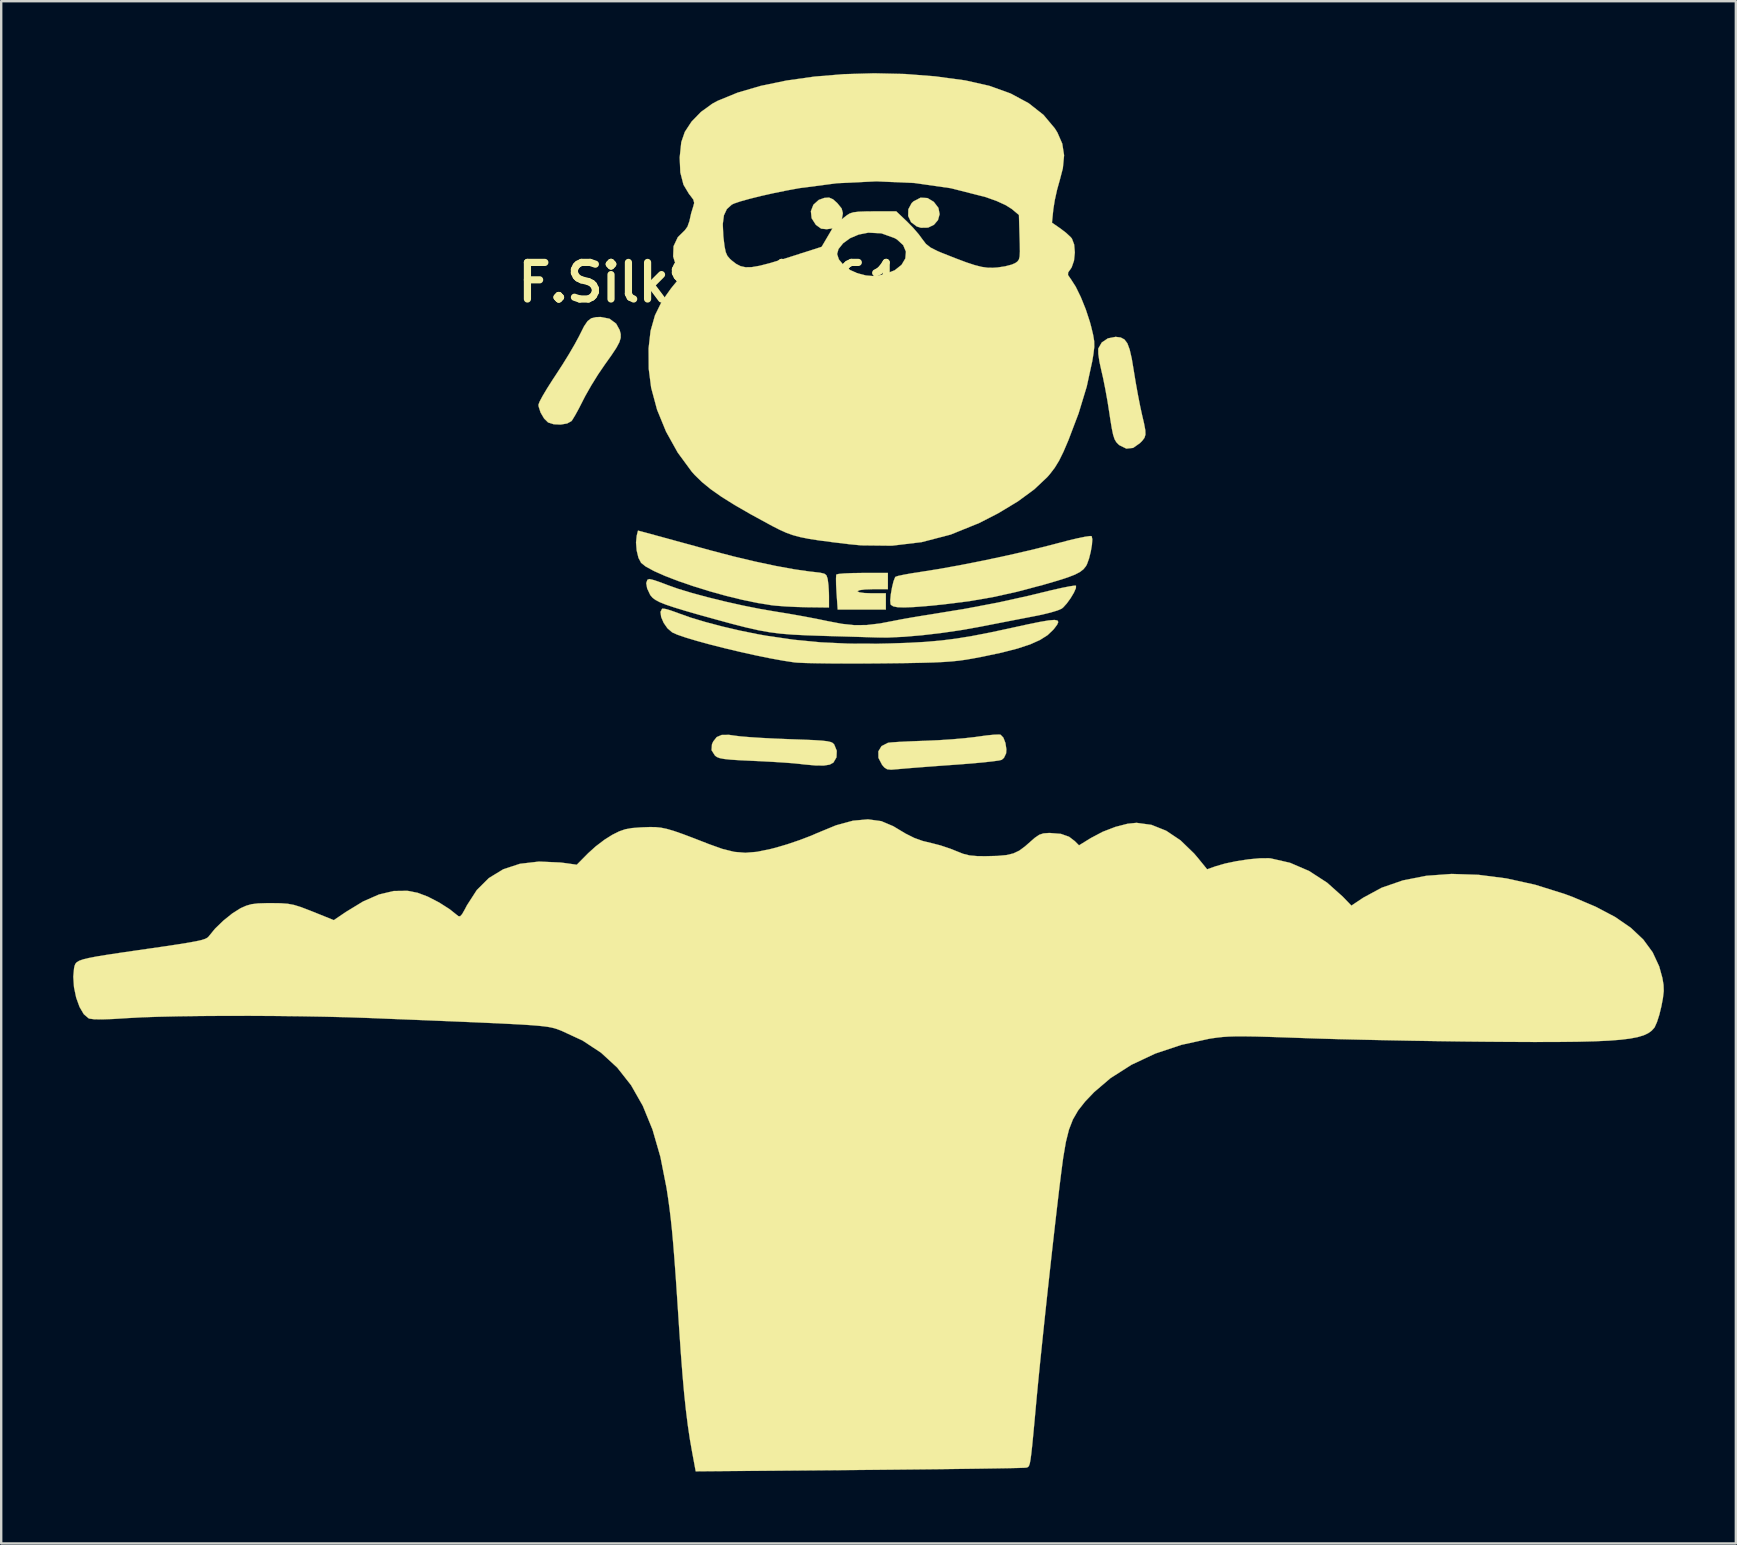
<source format=kicad_pcb>
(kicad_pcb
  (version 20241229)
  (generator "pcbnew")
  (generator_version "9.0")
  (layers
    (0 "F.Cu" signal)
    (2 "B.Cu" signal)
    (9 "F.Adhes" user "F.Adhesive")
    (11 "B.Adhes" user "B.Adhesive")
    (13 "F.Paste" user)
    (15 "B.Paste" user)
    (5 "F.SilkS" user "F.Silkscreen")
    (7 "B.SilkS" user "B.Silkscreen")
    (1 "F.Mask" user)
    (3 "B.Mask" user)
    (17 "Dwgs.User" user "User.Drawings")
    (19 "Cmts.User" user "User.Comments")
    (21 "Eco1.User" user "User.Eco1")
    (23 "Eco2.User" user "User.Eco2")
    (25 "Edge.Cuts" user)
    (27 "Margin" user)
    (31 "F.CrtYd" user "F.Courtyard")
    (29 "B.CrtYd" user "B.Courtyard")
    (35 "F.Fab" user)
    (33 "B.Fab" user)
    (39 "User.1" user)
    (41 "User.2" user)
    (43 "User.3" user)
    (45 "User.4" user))
  (footprint "F.SilkS_g1961"
    (layer "F.Cu")
    (at 26.587 8.721)
    (property "Reference" "F.SilkS_g1961" (at 0 0 0) (layer "F.SilkS") (effects (font (size 1.524 1.524) (thickness 0.3))))
    (attr through_hole)
    (fp_poly (pts (xy 9.018 -3.517) (xy 9.28 -3.358) (xy 9.472 -3.108) (xy 9.522 -2.845) (xy 9.453 -2.599) (xy 9.285 -2.402) (xy 9.041 -2.285) (xy 8.742 -2.28) (xy 8.571 -2.332) (xy 8.332 -2.511) (xy 8.212 -2.767) (xy 8.218 -3.049) (xy 8.356 -3.306) (xy 8.436 -3.381) (xy 8.73 -3.533) (xy 9.018 -3.517)) (stroke (width 0.01) (type solid)) (fill yes) (layer "F.SilkS"))
    (fp_poly (pts (xy 7.366 12.785) (xy 6.731 12.785) (xy 6.411 12.795) (xy 6.188 12.824) (xy 6.097 12.865) (xy 6.096 12.869) (xy 6.174 12.913) (xy 6.384 12.943) (xy 6.688 12.954) (xy 6.689 12.954) (xy 7.281 12.954) (xy 7.281 13.631) (xy 5.274 13.631) (xy 5.226 12.935) (xy 5.208 12.606) (xy 5.204 12.343) (xy 5.213 12.191) (xy 5.219 12.173) (xy 5.314 12.148) (xy 5.545 12.127) (xy 5.878 12.113) (xy 6.278 12.107) (xy 6.313 12.107) (xy 7.366 12.107) (xy 7.366 12.785)) (stroke (width 0.01) (type solid)) (fill yes) (layer "F.SilkS"))
    (fp_poly (pts (xy 16.867 2.268) (xy 17.069 2.294) (xy 17.224 2.376) (xy 17.345 2.535) (xy 17.442 2.795) (xy 17.53 3.179) (xy 17.614 3.683) (xy 17.695 4.179) (xy 17.788 4.693) (xy 17.88 5.162) (xy 17.95 5.484) (xy 18.043 5.884) (xy 18.094 6.157) (xy 18.1 6.341) (xy 18.059 6.475) (xy 17.969 6.595) (xy 17.871 6.695) (xy 17.587 6.895) (xy 17.304 6.925) (xy 17.02 6.786) (xy 16.978 6.752) (xy 16.885 6.656) (xy 16.813 6.532) (xy 16.753 6.348) (xy 16.696 6.073) (xy 16.631 5.675) (xy 16.599 5.459) (xy 16.521 4.964) (xy 16.429 4.452) (xy 16.336 3.987) (xy 16.261 3.66) (xy 16.181 3.295) (xy 16.136 2.981) (xy 16.133 2.769) (xy 16.138 2.747) (xy 16.28 2.501) (xy 16.535 2.33) (xy 16.853 2.268) (xy 16.867 2.268)) (stroke (width 0.01) (type solid)) (fill yes) (layer "F.SilkS"))
    (fp_poly (pts (xy -4.237 1.511) (xy -3.959 1.717) (xy -3.812 1.984) (xy -3.769 2.152) (xy -3.77 2.311) (xy -3.825 2.491) (xy -3.947 2.72) (xy -4.15 3.027) (xy -4.433 3.425) (xy -4.712 3.834) (xy -4.997 4.293) (xy -5.244 4.728) (xy -5.336 4.907) (xy -5.506 5.241) (xy -5.663 5.528) (xy -5.784 5.727) (xy -5.822 5.779) (xy -6.001 5.877) (xy -6.27 5.923) (xy -6.558 5.91) (xy -6.793 5.836) (xy -6.795 5.835) (xy -6.961 5.671) (xy -7.108 5.421) (xy -7.191 5.165) (xy -7.197 5.096) (xy -7.151 4.971) (xy -7.026 4.736) (xy -6.838 4.42) (xy -6.604 4.052) (xy -6.483 3.869) (xy -6.2 3.433) (xy -5.923 2.985) (xy -5.682 2.571) (xy -5.502 2.238) (xy -5.471 2.175) (xy -5.297 1.829) (xy -5.15 1.612) (xy -4.996 1.494) (xy -4.801 1.447) (xy -4.604 1.439) (xy -4.237 1.511)) (stroke (width 0.01) (type solid)) (fill yes) (layer "F.SilkS"))
    (fp_poly (pts (xy -2.307 10.542) (xy -1.977 10.632) (xy -1.528 10.755) (xy -1.004 10.898) (xy -0.447 11.051) (xy -0.017 11.169) (xy 0.912 11.413) (xy 1.825 11.63) (xy 2.686 11.813) (xy 3.462 11.955) (xy 4.119 12.049) (xy 4.245 12.062) (xy 4.546 12.097) (xy 4.719 12.138) (xy 4.806 12.208) (xy 4.848 12.328) (xy 4.859 12.378) (xy 4.889 12.616) (xy 4.908 12.93) (xy 4.911 13.092) (xy 4.911 13.547) (xy 4 13.536) (xy 3.548 13.524) (xy 3.086 13.501) (xy 2.685 13.47) (xy 2.52 13.452) (xy 1.934 13.358) (xy 1.29 13.224) (xy 0.613 13.058) (xy -0.072 12.867) (xy -0.739 12.66) (xy -1.363 12.446) (xy -1.92 12.232) (xy -2.383 12.026) (xy -2.729 11.837) (xy -2.918 11.687) (xy -3.029 11.477) (xy -3.103 11.17) (xy -3.13 10.836) (xy -3.101 10.552) (xy -3.048 10.342) (xy -2.307 10.542)) (stroke (width 0.01) (type solid)) (fill yes) (layer "F.SilkS"))
    (fp_poly (pts (xy 12.064 18.85) (xy 12.179 18.97) (xy 12.265 19.194) (xy 12.304 19.456) (xy 12.293 19.624) (xy 12.204 19.811) (xy 12.11 19.895) (xy 11.985 19.924) (xy 11.718 19.96) (xy 11.335 20.002) (xy 10.864 20.045) (xy 10.331 20.087) (xy 10.109 20.103) (xy 9.533 20.144) (xy 8.984 20.185) (xy 8.495 20.223) (xy 8.099 20.255) (xy 7.829 20.279) (xy 7.78 20.283) (xy 7.502 20.306) (xy 7.335 20.288) (xy 7.218 20.213) (xy 7.124 20.104) (xy 6.973 19.813) (xy 6.969 19.541) (xy 7.102 19.322) (xy 7.362 19.189) (xy 7.393 19.182) (xy 7.539 19.167) (xy 7.82 19.148) (xy 8.203 19.129) (xy 8.654 19.111) (xy 8.932 19.101) (xy 9.478 19.077) (xy 10.042 19.04) (xy 10.569 18.994) (xy 11.002 18.945) (xy 11.111 18.929) (xy 11.477 18.879) (xy 11.789 18.848) (xy 12.002 18.841) (xy 12.064 18.85)) (stroke (width 0.01) (type solid)) (fill yes) (layer "F.SilkS"))
    (fp_poly (pts (xy 0.984 18.888) (xy 1.223 18.918) (xy 1.596 18.949) (xy 2.068 18.98) (xy 2.604 19.008) (xy 3.169 19.031) (xy 3.245 19.034) (xy 3.839 19.055) (xy 4.287 19.074) (xy 4.61 19.095) (xy 4.833 19.12) (xy 4.977 19.152) (xy 5.066 19.193) (xy 5.122 19.247) (xy 5.129 19.257) (xy 5.235 19.516) (xy 5.223 19.791) (xy 5.095 20.01) (xy 5.094 20.011) (xy 4.942 20.094) (xy 4.701 20.133) (xy 4.35 20.13) (xy 3.864 20.086) (xy 3.683 20.064) (xy 3.422 20.038) (xy 3.035 20.009) (xy 2.563 19.979) (xy 2.048 19.952) (xy 1.747 19.938) (xy 1.211 19.913) (xy 0.818 19.888) (xy 0.543 19.859) (xy 0.359 19.824) (xy 0.24 19.778) (xy 0.16 19.718) (xy 0.159 19.717) (xy 0.017 19.493) (xy 0.035 19.246) (xy 0.087 19.131) (xy 0.232 18.947) (xy 0.441 18.858) (xy 0.748 18.855) (xy 0.984 18.888)) (stroke (width 0.01) (type solid)) (fill yes) (layer "F.SilkS"))
    (fp_poly (pts (xy 15.858 10.574) (xy 15.885 10.699) (xy 15.87 10.93) (xy 15.821 11.217) (xy 15.749 11.505) (xy 15.664 11.741) (xy 15.62 11.824) (xy 15.517 11.952) (xy 15.372 12.065) (xy 15.162 12.175) (xy 14.862 12.291) (xy 14.448 12.424) (xy 13.896 12.585) (xy 13.83 12.604) (xy 12.745 12.891) (xy 11.744 13.113) (xy 10.759 13.283) (xy 9.721 13.413) (xy 9.664 13.42) (xy 8.981 13.487) (xy 8.448 13.528) (xy 8.05 13.544) (xy 7.769 13.535) (xy 7.589 13.499) (xy 7.494 13.437) (xy 7.476 13.405) (xy 7.464 13.25) (xy 7.488 12.998) (xy 7.538 12.713) (xy 7.6 12.456) (xy 7.666 12.289) (xy 7.682 12.268) (xy 7.787 12.232) (xy 8.024 12.181) (xy 8.357 12.121) (xy 8.721 12.065) (xy 9.519 11.938) (xy 10.427 11.773) (xy 11.396 11.581) (xy 12.372 11.372) (xy 13.304 11.158) (xy 14.142 10.949) (xy 14.392 10.883) (xy 14.856 10.761) (xy 15.262 10.664) (xy 15.584 10.598) (xy 15.792 10.569) (xy 15.858 10.574)) (stroke (width 0.01) (type solid)) (fill yes) (layer "F.SilkS"))
    (fp_poly (pts (xy -1.929 13.601) (xy -1.707 13.662) (xy -1.415 13.765) (xy -1.341 13.794) (xy -0.848 13.969) (xy -0.23 14.154) (xy 0.47 14.339) (xy 1.208 14.511) (xy 1.942 14.66) (xy 2.309 14.725) (xy 3.442 14.89) (xy 4.561 14.998) (xy 5.718 15.052) (xy 6.966 15.056) (xy 7.421 15.046) (xy 8.224 15.019) (xy 8.929 14.98) (xy 9.577 14.923) (xy 10.213 14.843) (xy 10.879 14.734) (xy 11.618 14.591) (xy 12.474 14.408) (xy 12.558 14.389) (xy 13.207 14.247) (xy 13.705 14.146) (xy 14.066 14.085) (xy 14.304 14.065) (xy 14.433 14.088) (xy 14.467 14.153) (xy 14.42 14.262) (xy 14.305 14.416) (xy 14.255 14.476) (xy 14.022 14.698) (xy 13.707 14.898) (xy 13.295 15.083) (xy 12.769 15.256) (xy 12.113 15.425) (xy 11.312 15.595) (xy 10.904 15.672) (xy 10.62 15.721) (xy 10.337 15.761) (xy 10.033 15.792) (xy 9.685 15.817) (xy 9.269 15.837) (xy 8.764 15.851) (xy 8.145 15.863) (xy 7.391 15.872) (xy 6.985 15.876) (xy 6.266 15.881) (xy 5.577 15.881) (xy 4.944 15.878) (xy 4.389 15.87) (xy 3.938 15.86) (xy 3.614 15.846) (xy 3.471 15.834) (xy 3 15.762) (xy 2.445 15.661) (xy 1.836 15.536) (xy 1.2 15.394) (xy 0.564 15.243) (xy -0.043 15.089) (xy -0.594 14.938) (xy -1.06 14.799) (xy -1.414 14.677) (xy -1.622 14.584) (xy -1.819 14.415) (xy -1.979 14.186) (xy -2.083 13.942) (xy -2.11 13.731) (xy -2.043 13.596) (xy -2.039 13.594) (xy -1.929 13.601)) (stroke (width 0.01) (type solid)) (fill yes) (layer "F.SilkS"))
    (fp_poly (pts (xy -2.436 12.391) (xy -2.189 12.471) (xy -1.883 12.585) (xy -1.818 12.611) (xy -1.373 12.769) (xy -0.798 12.943) (xy -0.131 13.123) (xy 0.588 13.3) (xy 1.322 13.464) (xy 2.033 13.606) (xy 2.676 13.716) (xy 3.223 13.805) (xy 3.824 13.911) (xy 4.403 14.021) (xy 4.851 14.114) (xy 5.451 14.228) (xy 5.974 14.283) (xy 6.48 14.278) (xy 7.03 14.213) (xy 7.611 14.102) (xy 7.94 14.038) (xy 8.369 13.962) (xy 8.833 13.885) (xy 9.102 13.843) (xy 10.593 13.599) (xy 11.958 13.34) (xy 13.242 13.056) (xy 13.734 12.936) (xy 14.2 12.823) (xy 14.608 12.731) (xy 14.93 12.667) (xy 15.138 12.635) (xy 15.205 12.637) (xy 15.202 12.74) (xy 15.118 12.929) (xy 14.982 13.156) (xy 14.822 13.378) (xy 14.666 13.549) (xy 14.606 13.596) (xy 14.437 13.669) (xy 14.148 13.756) (xy 13.788 13.844) (xy 13.573 13.888) (xy 13.208 13.959) (xy 12.725 14.052) (xy 12.17 14.16) (xy 11.591 14.273) (xy 11.176 14.354) (xy 10.397 14.492) (xy 9.586 14.61) (xy 8.786 14.703) (xy 8.037 14.767) (xy 7.381 14.798) (xy 6.985 14.797) (xy 6.803 14.792) (xy 6.481 14.782) (xy 6.049 14.769) (xy 5.536 14.754) (xy 4.971 14.738) (xy 4.699 14.73) (xy 3.987 14.706) (xy 3.399 14.677) (xy 2.892 14.636) (xy 2.426 14.576) (xy 1.959 14.492) (xy 1.45 14.376) (xy 0.857 14.224) (xy 0.227 14.052) (xy -0.503 13.85) (xy -1.086 13.682) (xy -1.541 13.543) (xy -1.886 13.427) (xy -2.139 13.326) (xy -2.317 13.233) (xy -2.439 13.142) (xy -2.522 13.047) (xy -2.544 13.013) (xy -2.667 12.75) (xy -2.705 12.53) (xy -2.656 12.391) (xy -2.575 12.361) (xy -2.436 12.391)) (stroke (width 0.01) (type solid)) (fill yes) (layer "F.SilkS"))
    (fp_poly (pts (xy 8.078 -8.687) (xy 9.349 -8.588) (xy 10.587 -8.42) (xy 10.59 -8.42) (xy 11.593 -8.194) (xy 12.476 -7.877) (xy 13.23 -7.472) (xy 13.849 -6.985) (xy 14.324 -6.419) (xy 14.43 -6.248) (xy 14.633 -5.784) (xy 14.709 -5.299) (xy 14.658 -4.76) (xy 14.532 -4.276) (xy 14.418 -3.869) (xy 14.322 -3.435) (xy 14.263 -3.066) (xy 14.26 -3.045) (xy 14.204 -2.492) (xy 14.559 -2.246) (xy 14.793 -2.067) (xy 14.98 -1.893) (xy 15.035 -1.828) (xy 15.129 -1.58) (xy 15.157 -1.249) (xy 15.122 -0.909) (xy 15.026 -0.631) (xy 14.987 -0.571) (xy 14.878 -0.418) (xy 14.873 -0.31) (xy 14.972 -0.164) (xy 14.989 -0.142) (xy 15.194 0.178) (xy 15.408 0.615) (xy 15.612 1.12) (xy 15.784 1.644) (xy 15.837 1.841) (xy 15.92 2.187) (xy 15.963 2.446) (xy 15.967 2.685) (xy 15.934 2.97) (xy 15.884 3.277) (xy 15.652 4.343) (xy 15.314 5.455) (xy 14.89 6.572) (xy 14.682 7.058) (xy 14.5 7.427) (xy 14.32 7.722) (xy 14.115 7.989) (xy 14.001 8.119) (xy 13.468 8.621) (xy 12.781 9.126) (xy 11.952 9.625) (xy 11.17 10.026) (xy 9.983 10.507) (xy 8.773 10.822) (xy 7.533 10.971) (xy 6.254 10.957) (xy 5.757 10.909) (xy 5.061 10.825) (xy 4.506 10.752) (xy 4.063 10.683) (xy 3.706 10.611) (xy 3.406 10.53) (xy 3.135 10.433) (xy 2.867 10.313) (xy 2.572 10.163) (xy 2.458 10.102) (xy 1.651 9.662) (xy 0.981 9.276) (xy 0.431 8.932) (xy -0.018 8.616) (xy -0.384 8.317) (xy -0.686 8.022) (xy -0.813 7.879) (xy -1.394 7.088) (xy -1.879 6.217) (xy -2.253 5.304) (xy -2.5 4.386) (xy -2.601 3.598) (xy -2.607 2.749) (xy -2.524 2.017) (xy -2.341 1.372) (xy -2.051 0.781) (xy -1.665 0.24) (xy -1.272 -0.24) (xy -1.438 -0.607) (xy -1.583 -1.082) (xy -1.566 -1.51) (xy -1.389 -1.886) (xy -1.092 -2.178) (xy -0.985 -2.327) (xy -0.948 -2.433) (xy 0.485 -2.433) (xy 0.507 -1.941) (xy 0.515 -1.861) (xy 0.559 -1.503) (xy 0.607 -1.267) (xy 0.676 -1.109) (xy 0.783 -0.983) (xy 0.86 -0.914) (xy 1.043 -0.773) (xy 1.227 -0.679) (xy 1.435 -0.633) (xy 1.692 -0.638) (xy 2.022 -0.695) (xy 2.45 -0.805) (xy 2.999 -0.971) (xy 3.339 -1.079) (xy 3.672 -1.185) (xy 5.249 -1.185) (xy 5.324 -0.959) (xy 5.519 -0.723) (xy 5.795 -0.517) (xy 6.082 -0.387) (xy 6.451 -0.291) (xy 6.755 -0.266) (xy 7.079 -0.31) (xy 7.246 -0.349) (xy 7.651 -0.508) (xy 7.935 -0.733) (xy 8.093 -1) (xy 8.118 -1.283) (xy 8.003 -1.556) (xy 7.742 -1.794) (xy 7.638 -1.852) (xy 7.096 -2.047) (xy 6.551 -2.075) (xy 6.149 -1.996) (xy 5.792 -1.845) (xy 5.5 -1.633) (xy 5.307 -1.392) (xy 5.249 -1.185) (xy 3.672 -1.185) (xy 4.604 -1.484) (xy 5.056 -2.253) (xy 4.819 -2.218) (xy 4.585 -2.242) (xy 4.365 -2.4) (xy 4.188 -2.677) (xy 4.157 -2.97) (xy 4.261 -3.238) (xy 4.485 -3.44) (xy 4.717 -3.523) (xy 4.914 -3.537) (xy 5.079 -3.466) (xy 5.255 -3.309) (xy 5.438 -3.085) (xy 5.489 -2.893) (xy 5.483 -2.837) (xy 5.444 -2.632) (xy 5.654 -2.798) (xy 5.773 -2.873) (xy 5.925 -2.922) (xy 6.147 -2.949) (xy 6.475 -2.961) (xy 6.79 -2.963) (xy 7.715 -2.963) (xy 8.154 -2.547) (xy 8.414 -2.282) (xy 8.652 -2.006) (xy 8.8 -1.804) (xy 8.951 -1.607) (xy 9.148 -1.452) (xy 9.438 -1.306) (xy 9.604 -1.236) (xy 10.183 -1.007) (xy 10.635 -0.837) (xy 10.989 -0.721) (xy 11.273 -0.649) (xy 11.515 -0.615) (xy 11.745 -0.611) (xy 11.928 -0.623) (xy 12.249 -0.671) (xy 12.529 -0.744) (xy 12.677 -0.809) (xy 12.767 -0.875) (xy 12.825 -0.955) (xy 12.857 -1.082) (xy 12.868 -1.29) (xy 12.863 -1.612) (xy 12.855 -1.879) (xy 12.827 -2.813) (xy 12.531 -3.061) (xy 12.276 -3.222) (xy 11.897 -3.395) (xy 11.438 -3.559) (xy 11.43 -3.561) (xy 9.991 -3.927) (xy 8.476 -4.144) (xy 6.891 -4.214) (xy 5.245 -4.135) (xy 3.683 -3.931) (xy 3.147 -3.833) (xy 2.602 -3.722) (xy 2.08 -3.605) (xy 1.611 -3.488) (xy 1.226 -3.381) (xy 0.957 -3.29) (xy 0.861 -3.244) (xy 0.655 -3.058) (xy 0.532 -2.796) (xy 0.485 -2.433) (xy -0.948 -2.433) (xy -0.904 -2.558) (xy -0.895 -2.601) (xy -0.832 -2.884) (xy -0.754 -3.138) (xy -0.749 -3.153) (xy -0.706 -3.313) (xy -0.742 -3.453) (xy -0.877 -3.634) (xy -0.917 -3.68) (xy -1.152 -4.071) (xy -1.284 -4.584) (xy -1.311 -5.205) (xy -1.244 -5.847) (xy -1.097 -6.274) (xy -0.815 -6.704) (xy -0.424 -7.106) (xy 0.046 -7.447) (xy 0.275 -7.571) (xy 1.103 -7.91) (xy 2.066 -8.192) (xy 3.142 -8.415) (xy 4.305 -8.579) (xy 5.532 -8.68) (xy 6.797 -8.716) (xy 8.078 -8.687)) (stroke (width 0.01) (type solid)) (fill yes) (layer "F.SilkS"))
    (fp_poly (pts (xy 7.092 22.451) (xy 7.589 22.661) (xy 7.654 22.7) (xy 8.099 22.967) (xy 8.469 23.152) (xy 8.82 23.278) (xy 9.186 23.366) (xy 9.558 23.462) (xy 9.967 23.599) (xy 10.202 23.693) (xy 10.502 23.812) (xy 10.775 23.88) (xy 11.092 23.908) (xy 11.43 23.911) (xy 11.934 23.899) (xy 12.31 23.864) (xy 12.598 23.795) (xy 12.841 23.68) (xy 13.078 23.505) (xy 13.238 23.365) (xy 13.489 23.145) (xy 13.674 23.019) (xy 13.848 22.961) (xy 14.066 22.945) (xy 14.125 22.945) (xy 14.577 22.981) (xy 14.917 23.101) (xy 15.155 23.283) (xy 15.331 23.459) (xy 15.826 23.154) (xy 16.318 22.894) (xy 16.848 22.69) (xy 17.356 22.559) (xy 17.73 22.521) (xy 18.349 22.605) (xy 18.963 22.85) (xy 19.56 23.25) (xy 20.127 23.798) (xy 20.279 23.976) (xy 20.67 24.457) (xy 21.024 24.332) (xy 21.422 24.217) (xy 21.897 24.118) (xy 22.394 24.042) (xy 22.857 23.999) (xy 23.23 23.995) (xy 23.316 24.002) (xy 24.127 24.187) (xy 24.921 24.529) (xy 25.672 25.016) (xy 26.317 25.592) (xy 26.684 25.971) (xy 27.174 25.643) (xy 27.946 25.225) (xy 28.828 24.92) (xy 29.804 24.728) (xy 30.859 24.651) (xy 31.977 24.687) (xy 33.143 24.837) (xy 34.34 25.101) (xy 35.553 25.48) (xy 35.904 25.61) (xy 36.868 26.019) (xy 37.673 26.444) (xy 38.329 26.896) (xy 38.847 27.384) (xy 39.237 27.916) (xy 39.51 28.503) (xy 39.643 28.984) (xy 39.691 29.271) (xy 39.7 29.531) (xy 39.665 29.832) (xy 39.602 30.165) (xy 39.517 30.516) (xy 39.418 30.824) (xy 39.324 31.034) (xy 39.305 31.063) (xy 39.196 31.183) (xy 39.052 31.287) (xy 38.862 31.376) (xy 38.615 31.45) (xy 38.298 31.511) (xy 37.901 31.56) (xy 37.412 31.598) (xy 36.819 31.625) (xy 36.11 31.643) (xy 35.275 31.652) (xy 34.301 31.654) (xy 33.178 31.649) (xy 32.319 31.643) (xy 31.325 31.633) (xy 30.272 31.618) (xy 29.193 31.601) (xy 28.122 31.58) (xy 27.093 31.558) (xy 26.138 31.535) (xy 25.293 31.511) (xy 24.716 31.491) (xy 23.893 31.462) (xy 23.218 31.44) (xy 22.67 31.425) (xy 22.227 31.419) (xy 21.869 31.419) (xy 21.573 31.428) (xy 21.32 31.445) (xy 21.086 31.471) (xy 20.852 31.504) (xy 20.754 31.52) (xy 19.593 31.774) (xy 18.508 32.137) (xy 17.519 32.602) (xy 16.646 33.158) (xy 15.964 33.74) (xy 15.584 34.138) (xy 15.294 34.507) (xy 15.075 34.885) (xy 14.911 35.309) (xy 14.784 35.818) (xy 14.676 36.449) (xy 14.652 36.62) (xy 14.589 37.103) (xy 14.511 37.729) (xy 14.423 38.474) (xy 14.326 39.314) (xy 14.223 40.223) (xy 14.117 41.178) (xy 14.01 42.154) (xy 13.906 43.125) (xy 13.807 44.067) (xy 13.715 44.956) (xy 13.634 45.767) (xy 13.566 46.475) (xy 13.546 46.694) (xy 13.479 47.431) (xy 13.424 48.018) (xy 13.38 48.472) (xy 13.343 48.809) (xy 13.311 49.049) (xy 13.282 49.208) (xy 13.251 49.305) (xy 13.218 49.356) (xy 13.179 49.38) (xy 13.14 49.392) (xy 13.035 49.399) (xy 12.773 49.407) (xy 12.368 49.416) (xy 11.833 49.425) (xy 11.18 49.435) (xy 10.423 49.445) (xy 9.574 49.456) (xy 8.647 49.466) (xy 7.655 49.476) (xy 6.61 49.486) (xy 6.177 49.49) (xy -0.643 49.547) (xy -0.79 48.755) (xy -0.887 48.202) (xy -0.973 47.622) (xy -1.051 46.994) (xy -1.125 46.293) (xy -1.195 45.498) (xy -1.265 44.584) (xy -1.337 43.529) (xy -1.353 43.281) (xy -1.419 42.275) (xy -1.477 41.416) (xy -1.531 40.684) (xy -1.581 40.057) (xy -1.63 39.514) (xy -1.681 39.033) (xy -1.734 38.594) (xy -1.792 38.173) (xy -1.856 37.752) (xy -1.862 37.719) (xy -2.115 36.439) (xy -2.442 35.307) (xy -2.848 34.314) (xy -3.337 33.454) (xy -3.916 32.719) (xy -4.588 32.101) (xy -5.359 31.593) (xy -6.232 31.189) (xy -6.339 31.147) (xy -6.438 31.111) (xy -6.542 31.079) (xy -6.662 31.05) (xy -6.808 31.023) (xy -6.992 30.999) (xy -7.225 30.975) (xy -7.518 30.952) (xy -7.884 30.928) (xy -8.332 30.904) (xy -8.874 30.877) (xy -9.521 30.848) (xy -10.286 30.815) (xy -11.178 30.778) (xy -12.209 30.736) (xy -13.391 30.689) (xy -14.275 30.653) (xy -15.149 30.623) (xy -16.105 30.6) (xy -17.119 30.582) (xy -18.166 30.57) (xy -19.22 30.564) (xy -20.257 30.565) (xy -21.251 30.571) (xy -22.177 30.583) (xy -23.01 30.602) (xy -23.725 30.626) (xy -24.298 30.657) (xy -24.319 30.658) (xy -24.932 30.696) (xy -25.39 30.712) (xy -25.709 30.707) (xy -25.902 30.682) (xy -25.944 30.668) (xy -26.146 30.494) (xy -26.322 30.193) (xy -26.462 29.806) (xy -26.553 29.372) (xy -26.582 28.934) (xy -26.551 28.586) (xy -26.53 28.485) (xy -26.499 28.402) (xy -26.44 28.332) (xy -26.338 28.27) (xy -26.175 28.212) (xy -25.935 28.153) (xy -25.603 28.09) (xy -25.161 28.018) (xy -24.592 27.932) (xy -23.881 27.829) (xy -23.457 27.768) (xy -22.752 27.666) (xy -22.196 27.582) (xy -21.771 27.513) (xy -21.457 27.455) (xy -21.235 27.405) (xy -21.087 27.357) (xy -20.994 27.308) (xy -20.937 27.255) (xy -20.924 27.236) (xy -20.673 26.93) (xy -20.332 26.6) (xy -19.96 26.3) (xy -19.619 26.084) (xy -19.595 26.072) (xy -19.371 25.973) (xy -19.151 25.911) (xy -18.885 25.879) (xy -18.523 25.868) (xy -18.33 25.867) (xy -17.943 25.872) (xy -17.646 25.894) (xy -17.383 25.943) (xy -17.096 26.032) (xy -16.726 26.174) (xy -16.604 26.222) (xy -15.725 26.576) (xy -15.222 26.235) (xy -14.503 25.797) (xy -13.844 25.508) (xy -13.231 25.362) (xy -12.648 25.355) (xy -12.227 25.438) (xy -11.804 25.599) (xy -11.336 25.841) (xy -10.897 26.121) (xy -10.625 26.338) (xy -10.532 26.412) (xy -10.46 26.416) (xy -10.38 26.329) (xy -10.264 26.126) (xy -10.179 25.962) (xy -9.766 25.322) (xy -9.262 24.821) (xy -8.663 24.456) (xy -7.968 24.228) (xy -7.173 24.135) (xy -6.275 24.175) (xy -6.038 24.205) (xy -5.6 24.267) (xy -5.122 23.784) (xy -4.807 23.5) (xy -4.444 23.224) (xy -4.121 23.021) (xy -3.835 22.878) (xy -3.583 22.79) (xy -3.303 22.739) (xy -2.93 22.711) (xy -2.836 22.707) (xy -2.558 22.697) (xy -2.318 22.7) (xy -2.088 22.724) (xy -1.842 22.775) (xy -1.551 22.86) (xy -1.187 22.987) (xy -0.723 23.162) (xy -0.13 23.393) (xy -0.1 23.405) (xy 0.474 23.61) (xy 0.964 23.731) (xy 1.425 23.769) (xy 1.911 23.729) (xy 2.476 23.612) (xy 2.71 23.552) (xy 3.19 23.41) (xy 3.701 23.236) (xy 4.169 23.057) (xy 4.412 22.951) (xy 5.206 22.624) (xy 5.911 22.432) (xy 6.536 22.375) (xy 7.092 22.451)) (stroke (width 0.01) (type solid)) (fill yes) (layer "F.SilkS")))
  (gr_rect
    (start -3 -3)
    (end 69.292 61.274)
    (stroke (width 0.1) (type default))
    (fill no)
    (layer "Edge.Cuts")))
</source>
